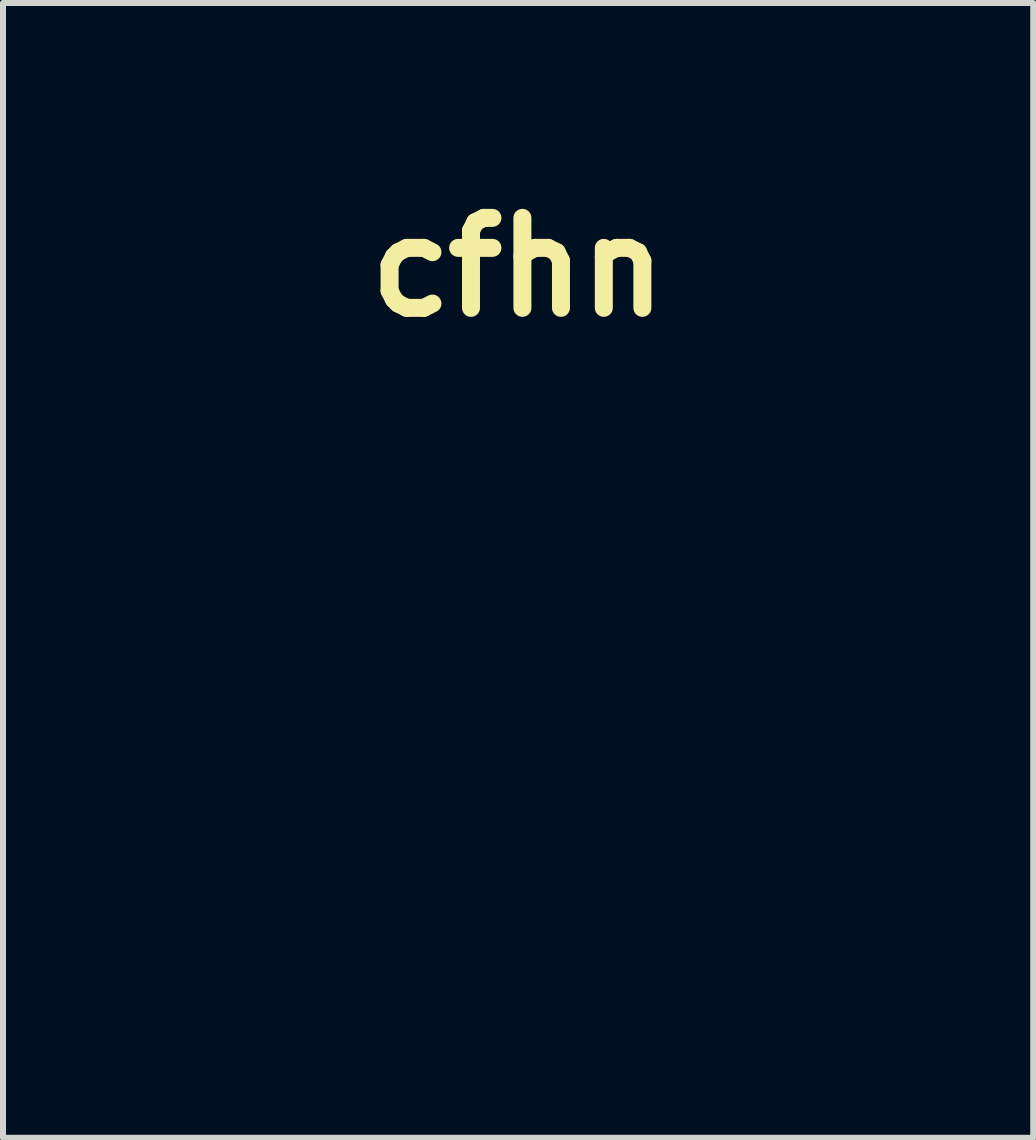
<source format=kicad_pcb>
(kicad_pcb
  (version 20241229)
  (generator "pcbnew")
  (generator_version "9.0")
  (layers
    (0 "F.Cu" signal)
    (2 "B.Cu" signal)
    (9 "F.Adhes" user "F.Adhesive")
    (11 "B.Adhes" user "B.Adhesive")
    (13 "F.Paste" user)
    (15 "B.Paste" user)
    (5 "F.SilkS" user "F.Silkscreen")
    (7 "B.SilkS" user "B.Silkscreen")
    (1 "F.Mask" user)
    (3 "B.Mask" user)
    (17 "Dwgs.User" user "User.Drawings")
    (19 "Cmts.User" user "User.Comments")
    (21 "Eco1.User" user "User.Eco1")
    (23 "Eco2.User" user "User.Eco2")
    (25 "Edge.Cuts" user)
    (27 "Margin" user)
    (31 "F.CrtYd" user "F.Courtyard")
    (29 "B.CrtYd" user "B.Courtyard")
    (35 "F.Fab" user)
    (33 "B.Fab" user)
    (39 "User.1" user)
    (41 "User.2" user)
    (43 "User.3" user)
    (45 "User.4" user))
  (footprint "cfhn"
    (layer "F.Cu")
    (at 5.588 1.404)
    (property "Reference" "cfhn" (at 0 0 0) (layer "F.SilkS") (effects (font (size 1.5 1.5) (thickness 0.3))))
    (attr board_only exclude_from_pos_files exclude_from_bom)
    (fp_poly (pts (xy -2.098 9.582) (xy -2.046 9.735) (xy -2.049 9.762) (xy -2.124 9.933) (xy -2.255 9.956) (xy -2.368 9.866) (xy -2.432 9.727) (xy -2.375 9.615) (xy -2.229 9.532)) (stroke (width 0) (type solid)) (fill yes) (layer "F.Mask"))
    (fp_poly (pts (xy -2.119 10.089) (xy -2.069 10.151) (xy -2.043 10.295) (xy -2.033 10.554) (xy -2.032 10.795) (xy -2.035 11.145) (xy -2.05 11.359) (xy -2.084 11.469) (xy -2.145 11.51) (xy -2.201 11.515) (xy -2.284 11.501) (xy -2.334 11.439) (xy -2.36 11.295) (xy -2.37 11.036) (xy -2.371 10.795) (xy -2.368 10.445) (xy -2.353 10.231) (xy -2.319 10.121) (xy -2.258 10.08) (xy -2.201 10.075)) (stroke (width 0) (type solid)) (fill yes) (layer "F.Mask"))
    (fp_poly (pts (xy 1.102 10.104) (xy 1.229 10.144) (xy 1.269 10.227) (xy 1.27 10.254) (xy 1.205 10.39) (xy 1.118 10.414) (xy 0.925 10.468) (xy 0.811 10.641) (xy 0.764 10.952) (xy 0.762 11.066) (xy 0.754 11.329) (xy 0.72 11.464) (xy 0.645 11.511) (xy 0.593 11.515) (xy 0.51 11.501) (xy 0.46 11.438) (xy 0.434 11.293) (xy 0.424 11.031) (xy 0.423 10.805) (xy 0.423 10.095) (xy 0.847 10.095)) (stroke (width 0) (type solid)) (fill yes) (layer "F.Mask"))
    (fp_poly (pts (xy -1.536 9.578) (xy -1.488 9.628) (xy -1.459 9.746) (xy -1.445 9.962) (xy -1.44 10.303) (xy -1.439 10.541) (xy -1.441 10.959) (xy -1.45 11.237) (xy -1.47 11.403) (xy -1.508 11.485) (xy -1.567 11.512) (xy -1.609 11.515) (xy -1.681 11.504) (xy -1.73 11.454) (xy -1.759 11.336) (xy -1.773 11.12) (xy -1.778 10.779) (xy -1.778 10.541) (xy -1.776 10.123) (xy -1.767 9.845) (xy -1.747 9.679) (xy -1.709 9.597) (xy -1.65 9.57) (xy -1.609 9.567)) (stroke (width 0) (type solid)) (fill yes) (layer "F.Mask"))
    (fp_poly (pts (xy 2.402 10.139) (xy 2.617 10.335) (xy 2.705 10.528) (xy 2.747 10.883) (xy 2.633 11.19) (xy 2.442 11.379) (xy 2.147 11.503) (xy 1.854 11.458) (xy 1.669 11.344) (xy 1.455 11.078) (xy 1.387 10.757) (xy 1.403 10.696) (xy 1.793 10.696) (xy 1.794 10.979) (xy 1.887 11.132) (xy 2.07 11.176) (xy 2.254 11.123) (xy 2.334 10.971) (xy 2.369 10.683) (xy 2.293 10.516) (xy 2.099 10.457) (xy 2.073 10.456) (xy 1.888 10.482) (xy 1.81 10.593) (xy 1.793 10.696) (xy 1.403 10.696) (xy 1.473 10.43) (xy 1.643 10.199) (xy 1.873 10.093) (xy 2.087 10.075)) (stroke (width 0) (type solid)) (fill yes) (layer "F.Mask"))
    (fp_poly (pts (xy 5.205 10.109) (xy 5.415 10.148) (xy 5.482 10.179) (xy 5.545 10.321) (xy 5.58 10.611) (xy 5.588 10.896) (xy 5.584 11.22) (xy 5.565 11.406) (xy 5.524 11.489) (xy 5.452 11.501) (xy 5.44 11.499) (xy 5.354 11.449) (xy 5.302 11.315) (xy 5.273 11.061) (xy 5.266 10.942) (xy 5.245 10.649) (xy 5.208 10.487) (xy 5.144 10.422) (xy 5.085 10.414) (xy 4.95 10.456) (xy 4.869 10.597) (xy 4.832 10.865) (xy 4.826 11.098) (xy 4.817 11.35) (xy 4.778 11.474) (xy 4.692 11.513) (xy 4.657 11.515) (xy 4.574 11.501) (xy 4.524 11.438) (xy 4.498 11.293) (xy 4.488 11.031) (xy 4.487 10.805) (xy 4.487 10.095) (xy 4.932 10.094)) (stroke (width 0) (type solid)) (fill yes) (layer "F.Mask"))
    (fp_poly (pts (xy 3.742 10.103) (xy 3.959 10.138) (xy 4.035 10.171) (xy 4.107 10.325) (xy 4.143 10.641) (xy 4.149 10.89) (xy 4.145 11.212) (xy 4.126 11.399) (xy 4.083 11.488) (xy 4.006 11.514) (xy 3.979 11.515) (xy 3.888 11.498) (xy 3.837 11.422) (xy 3.815 11.25) (xy 3.81 10.958) (xy 3.806 10.661) (xy 3.786 10.497) (xy 3.737 10.431) (xy 3.646 10.426) (xy 3.619 10.429) (xy 3.511 10.464) (xy 3.446 10.559) (xy 3.407 10.753) (xy 3.387 10.964) (xy 3.35 11.263) (xy 3.296 11.429) (xy 3.211 11.496) (xy 3.196 11.499) (xy 3.048 11.466) (xy 3.001 11.407) (xy 2.981 11.265) (xy 2.974 11.01) (xy 2.98 10.702) (xy 3.006 10.118) (xy 3.464 10.098)) (stroke (width 0) (type solid)) (fill yes) (layer "F.Mask"))
    (fp_poly (pts (xy -0.812 9.603) (xy -0.766 9.739) (xy -0.762 9.847) (xy -0.749 10.034) (xy -0.676 10.102) (xy -0.491 10.094) (xy -0.478 10.093) (xy -0.249 10.099) (xy -0.08 10.211) (xy -0.012 10.291) (xy 0.141 10.6) (xy 0.157 10.927) (xy 0.036 11.221) (xy -0.029 11.297) (xy -0.2 11.425) (xy -0.421 11.484) (xy -0.664 11.495) (xy -1.101 11.495) (xy -1.101 10.965) (xy -0.763 10.965) (xy -0.709 11.116) (xy -0.706 11.12) (xy -0.548 11.175) (xy -0.357 11.13) (xy -0.258 11.054) (xy -0.179 10.857) (xy -0.214 10.653) (xy -0.335 10.491) (xy -0.512 10.421) (xy -0.623 10.44) (xy -0.711 10.551) (xy -0.761 10.751) (xy -0.763 10.965) (xy -1.101 10.965) (xy -1.101 10.531) (xy -1.099 10.115) (xy -1.09 9.84) (xy -1.069 9.676) (xy -1.031 9.596) (xy -0.971 9.569) (xy -0.931 9.567)) (stroke (width 0) (type solid)) (fill yes) (layer "F.Mask"))
    (fp_poly (pts (xy -2.901 10.222) (xy -2.832 10.283) (xy -2.688 10.488) (xy -2.625 10.699) (xy -2.625 10.706) (xy -2.636 10.83) (xy -2.699 10.894) (xy -2.853 10.918) (xy -3.09 10.922) (xy -3.352 10.936) (xy -3.519 10.974) (xy -3.556 11.009) (xy -3.487 11.117) (xy -3.327 11.159) (xy -3.145 11.118) (xy -3.123 11.105) (xy -2.901 11.016) (xy -2.755 11.04) (xy -2.711 11.146) (xy -2.797 11.299) (xy -2.898 11.383) (xy -3.191 11.504) (xy -3.486 11.456) (xy -3.661 11.347) (xy -3.866 11.086) (xy -3.929 10.756) (xy -3.88 10.499) (xy -3.514 10.499) (xy -3.481 10.559) (xy -3.316 10.583) (xy -3.307 10.583) (xy -3.127 10.559) (xy -3.048 10.501) (xy -3.048 10.499) (xy -3.12 10.434) (xy -3.255 10.414) (xy -3.434 10.445) (xy -3.514 10.499) (xy -3.88 10.499) (xy -3.877 10.483) (xy -3.711 10.227) (xy -3.464 10.093) (xy -3.179 10.088)) (stroke (width 0) (type solid)) (fill yes) (layer "F.Mask"))
    (fp_poly (pts (xy -4.33 9.578) (xy -4.282 9.628) (xy -4.253 9.746) (xy -4.239 9.962) (xy -4.234 10.303) (xy -4.233 10.541) (xy -4.235 10.959) (xy -4.244 11.237) (xy -4.264 11.403) (xy -4.302 11.485) (xy -4.361 11.512) (xy -4.403 11.515) (xy -4.504 11.492) (xy -4.555 11.398) (xy -4.571 11.189) (xy -4.572 11.091) (xy -4.572 10.668) (xy -4.911 10.668) (xy -5.249 10.668) (xy -5.249 11.091) (xy -5.258 11.345) (xy -5.296 11.472) (xy -5.38 11.513) (xy -5.419 11.515) (xy -5.491 11.504) (xy -5.54 11.454) (xy -5.569 11.336) (xy -5.583 11.12) (xy -5.588 10.779) (xy -5.588 10.541) (xy -5.586 10.123) (xy -5.577 9.845) (xy -5.557 9.679) (xy -5.519 9.597) (xy -5.46 9.57) (xy -5.419 9.567) (xy -5.313 9.592) (xy -5.263 9.696) (xy -5.249 9.921) (xy -5.249 9.948) (xy -5.249 10.329) (xy -4.911 10.329) (xy -4.572 10.329) (xy -4.572 9.948) (xy -4.561 9.71) (xy -4.515 9.598) (xy -4.415 9.567) (xy -4.403 9.567)) (stroke (width 0) (type solid)) (fill yes) (layer "F.Mask")))
  (gr_rect
    (start -3 -3)
    (end 14.176 15.919)
    (stroke (width 0.1) (type default))
    (fill no)
    (layer "Edge.Cuts")))
</source>
